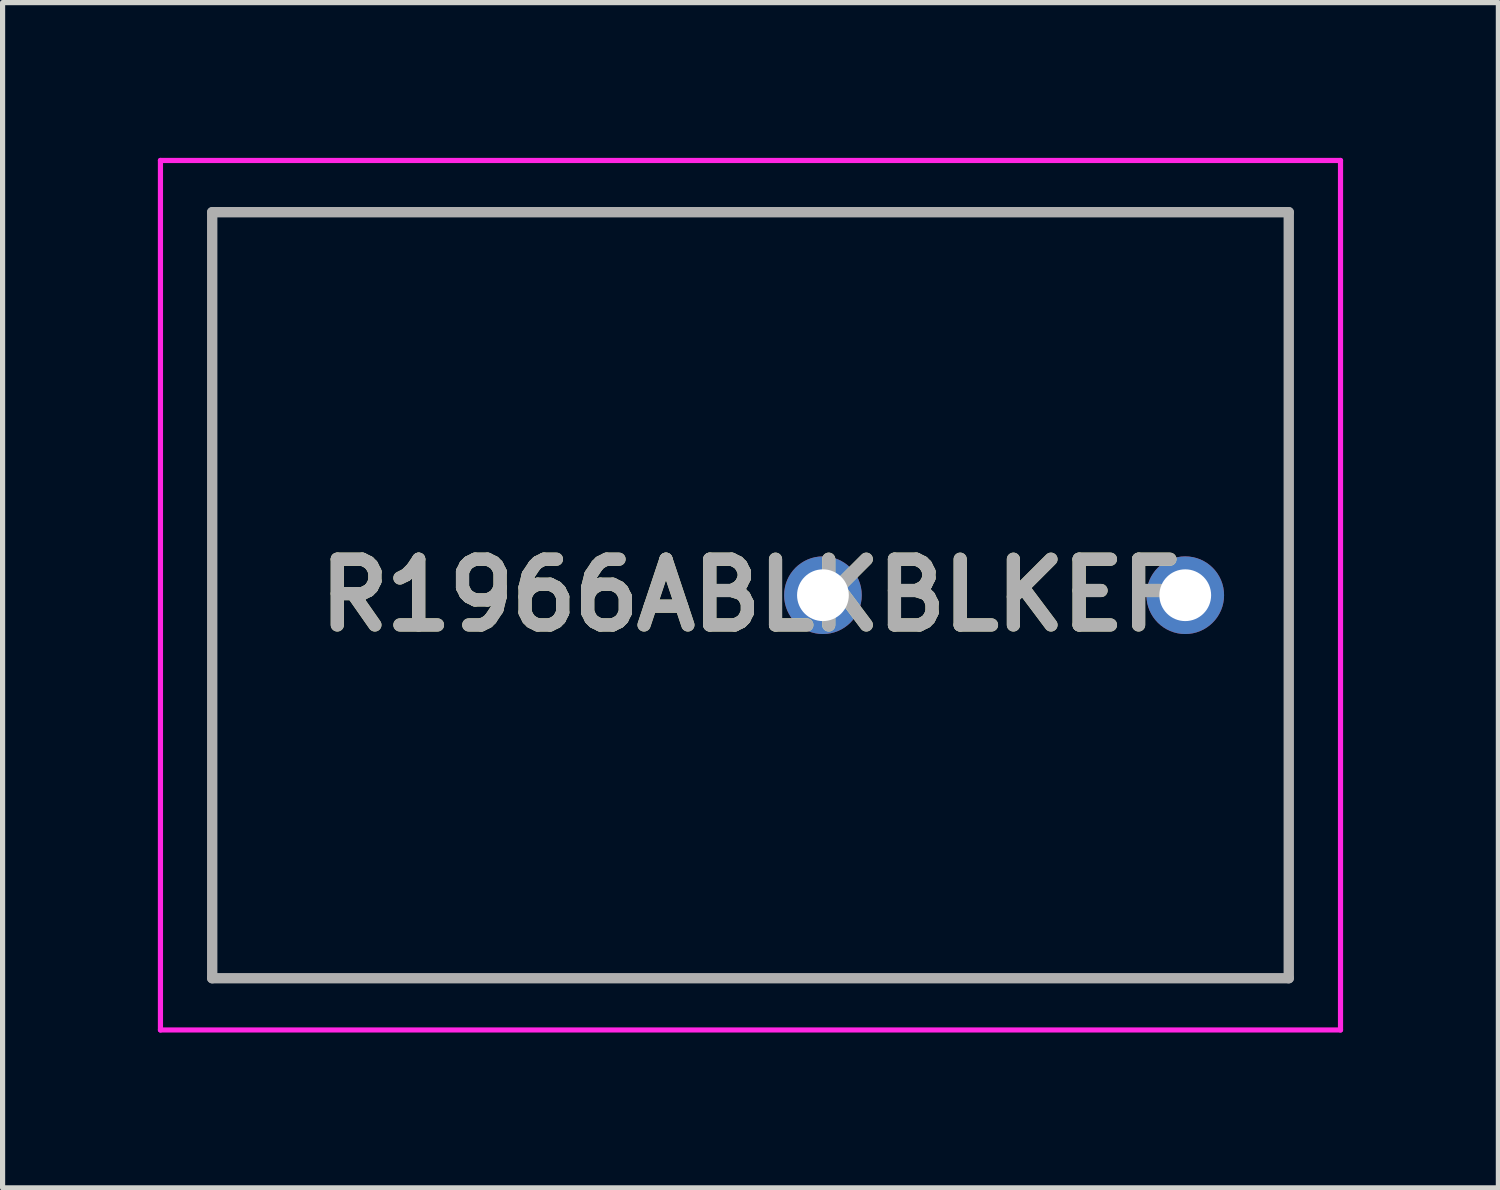
<source format=kicad_pcb>
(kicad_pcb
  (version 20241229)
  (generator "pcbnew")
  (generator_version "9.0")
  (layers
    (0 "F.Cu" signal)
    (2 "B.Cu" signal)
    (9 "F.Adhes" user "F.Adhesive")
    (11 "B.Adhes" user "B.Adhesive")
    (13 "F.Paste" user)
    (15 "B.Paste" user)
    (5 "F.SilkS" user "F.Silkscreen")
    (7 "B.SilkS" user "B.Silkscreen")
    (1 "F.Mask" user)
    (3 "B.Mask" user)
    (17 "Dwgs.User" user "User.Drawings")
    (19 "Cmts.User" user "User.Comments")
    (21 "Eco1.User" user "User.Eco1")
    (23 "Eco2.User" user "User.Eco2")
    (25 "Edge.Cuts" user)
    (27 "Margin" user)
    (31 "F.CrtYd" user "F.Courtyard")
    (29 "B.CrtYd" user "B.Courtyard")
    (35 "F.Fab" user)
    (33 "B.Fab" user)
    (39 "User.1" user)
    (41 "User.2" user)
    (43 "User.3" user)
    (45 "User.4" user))
  (footprint "R1966ABLKBLKEF"
    (layer "F.Cu")
    (at 12.85 8.45)
    (property "Reference" "R1966ABLKBLKEF" (at -1.4 0 0) (layer "F.SilkS") (effects (font (size 1.27 1.27) (thickness 0.254))))
    (attr through_hole)
    (fp_line (start -11.8 -7.4) (end 9 -7.4) (stroke (width 0.1) (type solid)) (layer "F.SilkS"))
    (fp_line (start -11.8 7.4) (end -11.8 -7.4) (stroke (width 0.1) (type solid)) (layer "F.SilkS"))
    (fp_line (start 9 -7.4) (end 9 7.4) (stroke (width 0.1) (type solid)) (layer "F.SilkS"))
    (fp_line (start 9 7.4) (end -11.8 7.4) (stroke (width 0.1) (type solid)) (layer "F.SilkS"))
    (fp_line (start -12.8 -8.4) (end 10 -8.4) (stroke (width 0.1) (type solid)) (layer "F.CrtYd"))
    (fp_line (start -12.8 8.4) (end -12.8 -8.4) (stroke (width 0.1) (type solid)) (layer "F.CrtYd"))
    (fp_line (start 10 -8.4) (end 10 8.4) (stroke (width 0.1) (type solid)) (layer "F.CrtYd"))
    (fp_line (start 10 8.4) (end -12.8 8.4) (stroke (width 0.1) (type solid)) (layer "F.CrtYd"))
    (fp_line (start -11.8 -7.4) (end 9 -7.4) (stroke (width 0.2) (type solid)) (layer "F.Fab"))
    (fp_line (start -11.8 7.4) (end -11.8 -7.4) (stroke (width 0.2) (type solid)) (layer "F.Fab"))
    (fp_line (start 9 -7.4) (end 9 7.4) (stroke (width 0.2) (type solid)) (layer "F.Fab"))
    (fp_line (start 9 7.4) (end -11.8 7.4) (stroke (width 0.2) (type solid)) (layer "F.Fab"))
    (fp_text user "${REFERENCE}" (at -1.4 0 0) (layer "F.Fab") (effects (font (size 1.27 1.27) (thickness 0.254))))
    (pad "1" thru_hole circle (at 0 0) (size 1.5 1.5) (drill 1) (layers "*.Cu" "*.Mask"))
    (pad "2" thru_hole circle (at 7 0) (size 1.5 1.5) (drill 1) (layers "*.Cu" "*.Mask")))
  (gr_rect
    (start -3 -3)
    (end 25.9 19.9)
    (stroke (width 0.1) (type default))
    (fill no)
    (layer "Edge.Cuts")))
</source>
